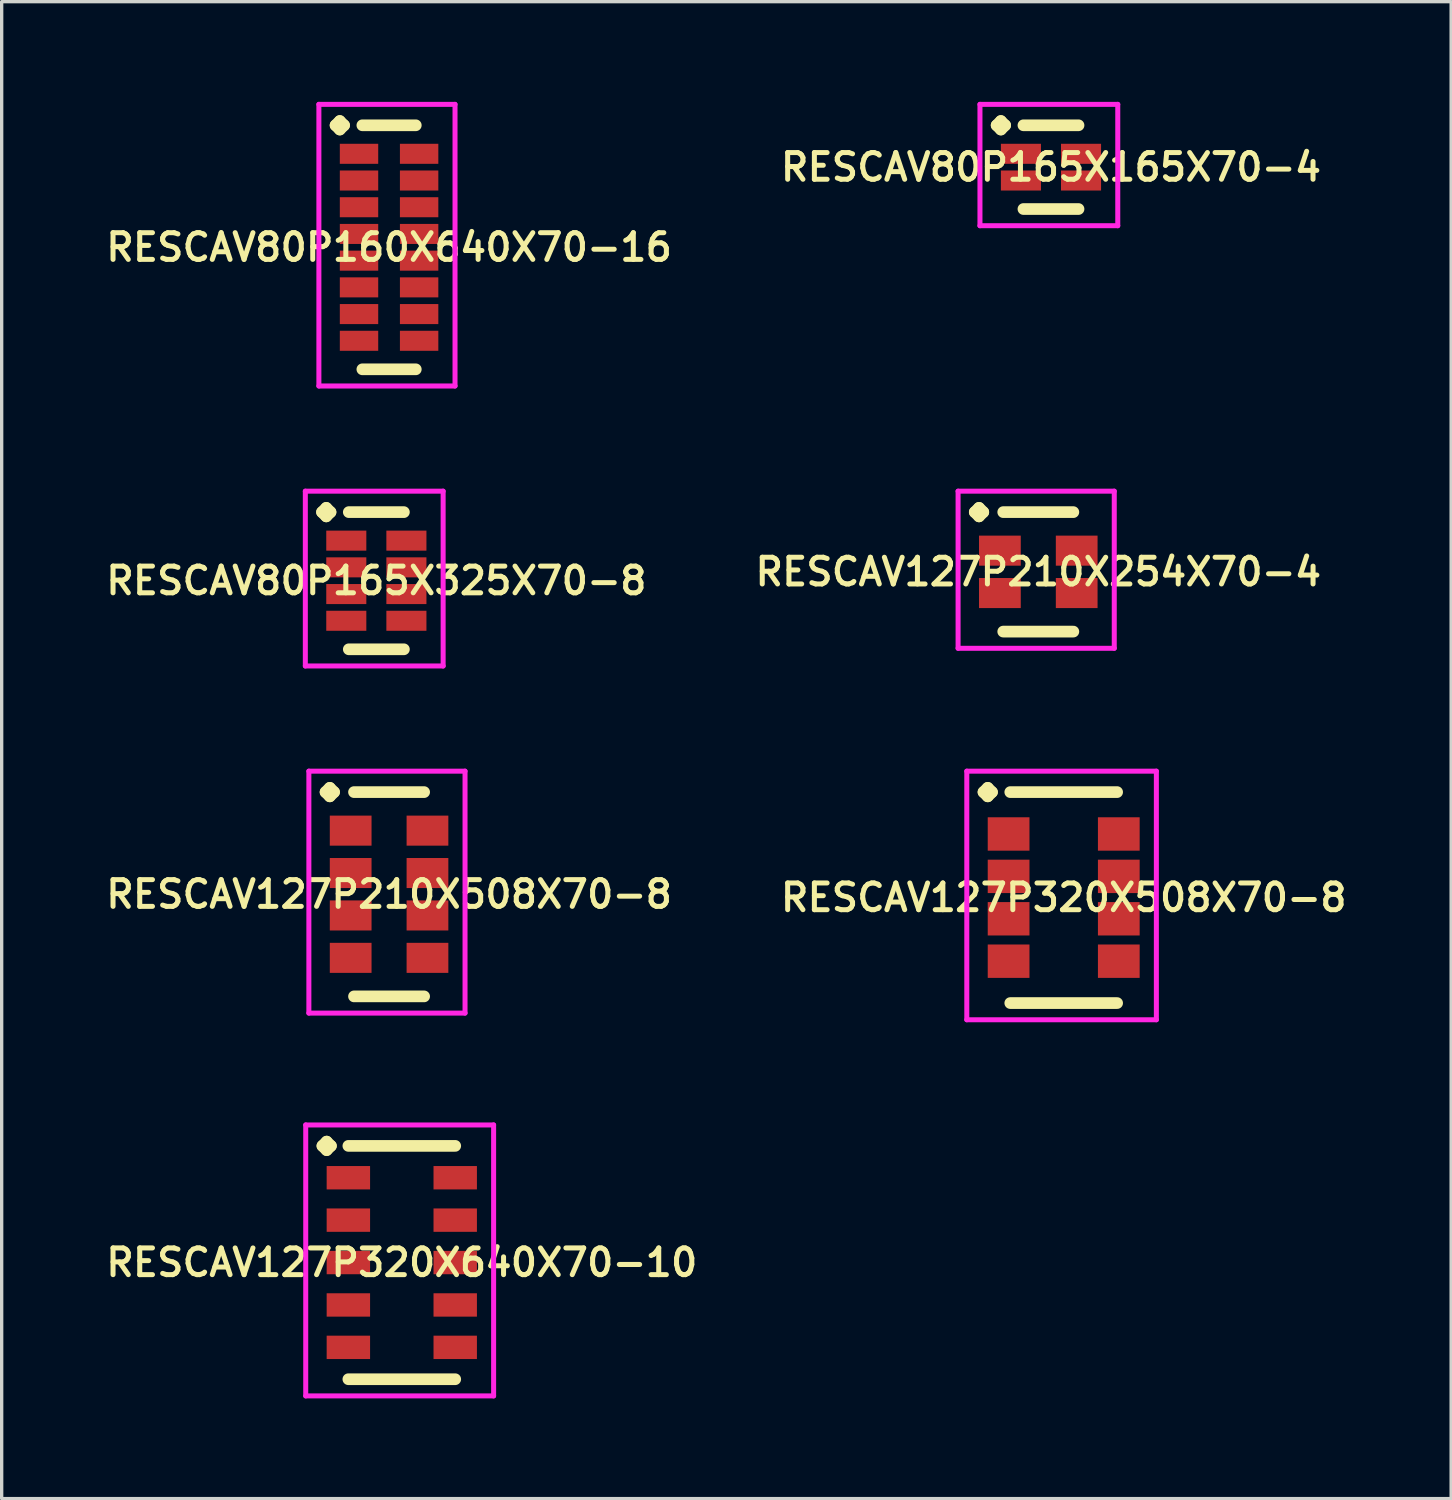
<source format=kicad_pcb>
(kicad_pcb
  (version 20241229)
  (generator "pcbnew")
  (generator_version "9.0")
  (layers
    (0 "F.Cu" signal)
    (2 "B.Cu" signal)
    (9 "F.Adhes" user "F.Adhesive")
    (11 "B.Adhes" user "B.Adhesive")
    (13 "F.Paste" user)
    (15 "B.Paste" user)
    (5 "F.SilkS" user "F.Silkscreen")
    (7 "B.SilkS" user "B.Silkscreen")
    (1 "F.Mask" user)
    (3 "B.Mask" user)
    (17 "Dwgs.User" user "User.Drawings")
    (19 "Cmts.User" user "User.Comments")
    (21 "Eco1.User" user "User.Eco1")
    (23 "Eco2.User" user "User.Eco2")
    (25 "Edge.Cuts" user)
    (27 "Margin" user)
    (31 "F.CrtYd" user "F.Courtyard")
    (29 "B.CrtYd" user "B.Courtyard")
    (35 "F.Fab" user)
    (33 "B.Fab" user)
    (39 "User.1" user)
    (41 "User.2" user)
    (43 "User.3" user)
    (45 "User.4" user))
  (footprint "RESCAV80P160X640X70-16"
    (layer "F.Cu")
    (at 8.602 4.356)
    (property "Reference" "RESCAV80P160X640X70-16" (at 0 0 0) (layer "F.SilkS") (effects (font (size 0.8 0.8) (thickness 0.15))))
    (attr smd)
    (fp_line (start -1.602 -3.654) (end -1.475 -3.781) (stroke (width 0.35) (type solid)) (layer "F.SilkS"))
    (fp_line (start -1.475 -3.781) (end -1.348 -3.654) (stroke (width 0.35) (type solid)) (layer "F.SilkS"))
    (fp_line (start -1.475 -3.527) (end -1.602 -3.654) (stroke (width 0.35) (type solid)) (layer "F.SilkS"))
    (fp_line (start -1.348 -3.654) (end -1.475 -3.527) (stroke (width 0.35) (type solid)) (layer "F.SilkS"))
    (fp_line (start -0.8 -3.654) (end 0.8 -3.654) (stroke (width 0.35) (type solid)) (layer "F.SilkS"))
    (fp_line (start -0.8 3.654) (end 0.8 3.654) (stroke (width 0.35) (type solid)) (layer "F.SilkS"))
    (fp_line (start -2.102 -4.281) (end 1.975 -4.281) (stroke (width 0.15) (type solid)) (layer "F.CrtYd"))
    (fp_line (start -2.102 4.154) (end -2.102 -4.281) (stroke (width 0.15) (type solid)) (layer "F.CrtYd"))
    (fp_line (start 1.975 -4.281) (end 1.975 4.154) (stroke (width 0.15) (type solid)) (layer "F.CrtYd"))
    (fp_line (start 1.975 4.154) (end -2.102 4.154) (stroke (width 0.15) (type solid)) (layer "F.CrtYd"))
    (pad "1" smd rect (at -0.9 -2.8) (size 1.15 0.6) (layers "F.Cu" "F.Mask" "F.Paste"))
    (pad "2" smd rect (at -0.9 -2) (size 1.15 0.6) (layers "F.Cu" "F.Mask" "F.Paste"))
    (pad "3" smd rect (at -0.9 -1.2) (size 1.15 0.6) (layers "F.Cu" "F.Mask" "F.Paste"))
    (pad "4" smd rect (at -0.9 -0.4) (size 1.15 0.6) (layers "F.Cu" "F.Mask" "F.Paste"))
    (pad "5" smd rect (at -0.9 0.4) (size 1.15 0.6) (layers "F.Cu" "F.Mask" "F.Paste"))
    (pad "6" smd rect (at -0.9 1.2) (size 1.15 0.6) (layers "F.Cu" "F.Mask" "F.Paste"))
    (pad "7" smd rect (at -0.9 2) (size 1.15 0.6) (layers "F.Cu" "F.Mask" "F.Paste"))
    (pad "8" smd rect (at -0.9 2.8) (size 1.15 0.6) (layers "F.Cu" "F.Mask" "F.Paste"))
    (pad "9" smd rect (at 0.9 2.8) (size 1.15 0.6) (layers "F.Cu" "F.Mask" "F.Paste"))
    (pad "10" smd rect (at 0.9 2) (size 1.15 0.6) (layers "F.Cu" "F.Mask" "F.Paste"))
    (pad "11" smd rect (at 0.9 1.2) (size 1.15 0.6) (layers "F.Cu" "F.Mask" "F.Paste"))
    (pad "12" smd rect (at 0.9 0.4) (size 1.15 0.6) (layers "F.Cu" "F.Mask" "F.Paste"))
    (pad "13" smd rect (at 0.9 -0.4) (size 1.15 0.6) (layers "F.Cu" "F.Mask" "F.Paste"))
    (pad "14" smd rect (at 0.9 -1.2) (size 1.15 0.6) (layers "F.Cu" "F.Mask" "F.Paste"))
    (pad "15" smd rect (at 0.9 -2) (size 1.15 0.6) (layers "F.Cu" "F.Mask" "F.Paste"))
    (pad "16" smd rect (at 0.9 -2.8) (size 1.15 0.6) (layers "F.Cu" "F.Mask" "F.Paste")))
  (footprint "RESCAV127P210X508X70-8"
    (layer "F.Cu")
    (at 8.602 23.731)
    (property "Reference" "RESCAV127P210X508X70-8" (at 0 0 0) (layer "F.SilkS") (effects (font (size 0.8 0.8) (thickness 0.15))))
    (attr through_hole)
    (fp_line (start -1.902 -3.059) (end -1.775 -3.186) (stroke (width 0.35) (type solid)) (layer "F.SilkS"))
    (fp_line (start -1.775 -3.186) (end -1.648 -3.059) (stroke (width 0.35) (type solid)) (layer "F.SilkS"))
    (fp_line (start -1.775 -2.932) (end -1.902 -3.059) (stroke (width 0.35) (type solid)) (layer "F.SilkS"))
    (fp_line (start -1.648 -3.059) (end -1.775 -2.932) (stroke (width 0.35) (type solid)) (layer "F.SilkS"))
    (fp_line (start -1.05 -3.059) (end 1.05 -3.059) (stroke (width 0.35) (type solid)) (layer "F.SilkS"))
    (fp_line (start -1.05 3.059) (end 1.05 3.059) (stroke (width 0.35) (type solid)) (layer "F.SilkS"))
    (fp_line (start -2.402 -3.686) (end 2.275 -3.686) (stroke (width 0.15) (type solid)) (layer "F.CrtYd"))
    (fp_line (start -2.402 3.559) (end -2.402 -3.686) (stroke (width 0.15) (type solid)) (layer "F.CrtYd"))
    (fp_line (start 2.275 -3.686) (end 2.275 3.559) (stroke (width 0.15) (type solid)) (layer "F.CrtYd"))
    (fp_line (start 2.275 3.559) (end -2.402 3.559) (stroke (width 0.15) (type solid)) (layer "F.CrtYd"))
    (pad "1" smd rect (at -1.15 -1.905) (size 1.25 0.9) (layers "F.Cu" "F.Mask" "F.Paste"))
    (pad "2" smd rect (at -1.15 -0.635) (size 1.25 0.9) (layers "F.Cu" "F.Mask" "F.Paste"))
    (pad "3" smd rect (at -1.15 0.635) (size 1.25 0.9) (layers "F.Cu" "F.Mask" "F.Paste"))
    (pad "4" smd rect (at -1.15 1.905) (size 1.25 0.9) (layers "F.Cu" "F.Mask" "F.Paste"))
    (pad "5" smd rect (at 1.15 1.905) (size 1.25 0.9) (layers "F.Cu" "F.Mask" "F.Paste"))
    (pad "6" smd rect (at 1.15 0.635) (size 1.25 0.9) (layers "F.Cu" "F.Mask" "F.Paste"))
    (pad "7" smd rect (at 1.15 -0.635) (size 1.25 0.9) (layers "F.Cu" "F.Mask" "F.Paste"))
    (pad "8" smd rect (at 1.15 -1.905) (size 1.25 0.9) (layers "F.Cu" "F.Mask" "F.Paste")))
  (footprint "RESCAV127P320X508X70-8"
    (layer "F.Cu")
    (at 28.806 23.831)
    (property "Reference" "RESCAV127P320X508X70-8" (at 0 0 0) (layer "F.SilkS") (effects (font (size 0.8 0.8) (thickness 0.15))))
    (attr smd)
    (fp_line (start -2.402 -3.159) (end -2.275 -3.286) (stroke (width 0.35) (type solid)) (layer "F.SilkS"))
    (fp_line (start -2.275 -3.286) (end -2.148 -3.159) (stroke (width 0.35) (type solid)) (layer "F.SilkS"))
    (fp_line (start -2.275 -3.032) (end -2.402 -3.159) (stroke (width 0.35) (type solid)) (layer "F.SilkS"))
    (fp_line (start -2.148 -3.159) (end -2.275 -3.032) (stroke (width 0.35) (type solid)) (layer "F.SilkS"))
    (fp_line (start -1.6 -3.159) (end 1.6 -3.159) (stroke (width 0.35) (type solid)) (layer "F.SilkS"))
    (fp_line (start -1.6 3.159) (end 1.6 3.159) (stroke (width 0.35) (type solid)) (layer "F.SilkS"))
    (fp_line (start -2.902 -3.786) (end 2.775 -3.786) (stroke (width 0.15) (type solid)) (layer "F.CrtYd"))
    (fp_line (start -2.902 3.659) (end -2.902 -3.786) (stroke (width 0.15) (type solid)) (layer "F.CrtYd"))
    (fp_line (start 2.775 -3.786) (end 2.775 3.659) (stroke (width 0.15) (type solid)) (layer "F.CrtYd"))
    (fp_line (start 2.775 3.659) (end -2.902 3.659) (stroke (width 0.15) (type solid)) (layer "F.CrtYd"))
    (pad "1" smd rect (at -1.65 -1.905) (size 1.25 1) (layers "F.Cu" "F.Mask" "F.Paste"))
    (pad "2" smd rect (at -1.65 -0.635) (size 1.25 1) (layers "F.Cu" "F.Mask" "F.Paste"))
    (pad "3" smd rect (at -1.65 0.635) (size 1.25 1) (layers "F.Cu" "F.Mask" "F.Paste"))
    (pad "4" smd rect (at -1.65 1.905) (size 1.25 1) (layers "F.Cu" "F.Mask" "F.Paste"))
    (pad "5" smd rect (at 1.65 1.905) (size 1.25 1) (layers "F.Cu" "F.Mask" "F.Paste"))
    (pad "6" smd rect (at 1.65 0.635) (size 1.25 1) (layers "F.Cu" "F.Mask" "F.Paste"))
    (pad "7" smd rect (at 1.65 -0.635) (size 1.25 1) (layers "F.Cu" "F.Mask" "F.Paste"))
    (pad "8" smd rect (at 1.65 -1.905) (size 1.25 1) (layers "F.Cu" "F.Mask" "F.Paste")))
  (footprint "RESCAV127P320X640X70-10"
    (layer "F.Cu")
    (at 8.983 34.761)
    (property "Reference" "RESCAV127P320X640X70-10" (at 0 0 0) (layer "F.SilkS") (effects (font (size 0.8 0.8) (thickness 0.15))))
    (attr smd)
    (fp_line (start -2.377 -3.494) (end -2.25 -3.621) (stroke (width 0.35) (type solid)) (layer "F.SilkS"))
    (fp_line (start -2.25 -3.621) (end -2.123 -3.494) (stroke (width 0.35) (type solid)) (layer "F.SilkS"))
    (fp_line (start -2.25 -3.367) (end -2.377 -3.494) (stroke (width 0.35) (type solid)) (layer "F.SilkS"))
    (fp_line (start -2.123 -3.494) (end -2.25 -3.367) (stroke (width 0.35) (type solid)) (layer "F.SilkS"))
    (fp_line (start -1.6 -3.494) (end 1.6 -3.494) (stroke (width 0.35) (type solid)) (layer "F.SilkS"))
    (fp_line (start -1.6 3.494) (end 1.6 3.494) (stroke (width 0.35) (type solid)) (layer "F.SilkS"))
    (fp_line (start -2.877 -4.121) (end 2.75 -4.121) (stroke (width 0.15) (type solid)) (layer "F.CrtYd"))
    (fp_line (start -2.877 3.994) (end -2.877 -4.121) (stroke (width 0.15) (type solid)) (layer "F.CrtYd"))
    (fp_line (start 2.75 -4.121) (end 2.75 3.994) (stroke (width 0.15) (type solid)) (layer "F.CrtYd"))
    (fp_line (start 2.75 3.994) (end -2.877 3.994) (stroke (width 0.15) (type solid)) (layer "F.CrtYd"))
    (pad "1" smd rect (at -1.6 -2.54) (size 1.3 0.7) (layers "F.Cu" "F.Mask" "F.Paste"))
    (pad "2" smd rect (at -1.6 -1.27) (size 1.3 0.7) (layers "F.Cu" "F.Mask" "F.Paste"))
    (pad "3" smd rect (at -1.6 0) (size 1.3 0.7) (layers "F.Cu" "F.Mask" "F.Paste"))
    (pad "4" smd rect (at -1.6 1.27) (size 1.3 0.7) (layers "F.Cu" "F.Mask" "F.Paste"))
    (pad "5" smd rect (at -1.6 2.54) (size 1.3 0.7) (layers "F.Cu" "F.Mask" "F.Paste"))
    (pad "6" smd rect (at 1.6 2.54) (size 1.3 0.7) (layers "F.Cu" "F.Mask" "F.Paste"))
    (pad "7" smd rect (at 1.6 1.27) (size 1.3 0.7) (layers "F.Cu" "F.Mask" "F.Paste"))
    (pad "8" smd rect (at 1.6 0) (size 1.3 0.7) (layers "F.Cu" "F.Mask" "F.Paste"))
    (pad "9" smd rect (at 1.6 -1.27) (size 1.3 0.7) (layers "F.Cu" "F.Mask" "F.Paste"))
    (pad "10" smd rect (at 1.6 -2.54) (size 1.3 0.7) (layers "F.Cu" "F.Mask" "F.Paste")))
  (footprint "RESCAV127P210X254X70-4"
    (layer "F.Cu")
    (at 28.045 14.076)
    (property "Reference" "RESCAV127P210X254X70-4" (at 0 0 0) (layer "F.SilkS") (effects (font (size 0.8 0.8) (thickness 0.15))))
    (attr smd)
    (fp_line (start -1.902 -1.789) (end -1.775 -1.916) (stroke (width 0.35) (type solid)) (layer "F.SilkS"))
    (fp_line (start -1.775 -1.916) (end -1.648 -1.789) (stroke (width 0.35) (type solid)) (layer "F.SilkS"))
    (fp_line (start -1.775 -1.662) (end -1.902 -1.789) (stroke (width 0.35) (type solid)) (layer "F.SilkS"))
    (fp_line (start -1.648 -1.789) (end -1.775 -1.662) (stroke (width 0.35) (type solid)) (layer "F.SilkS"))
    (fp_line (start -1.05 -1.789) (end 1.05 -1.789) (stroke (width 0.35) (type solid)) (layer "F.SilkS"))
    (fp_line (start -1.05 1.789) (end 1.05 1.789) (stroke (width 0.35) (type solid)) (layer "F.SilkS"))
    (fp_line (start -2.402 -2.416) (end 2.275 -2.416) (stroke (width 0.15) (type solid)) (layer "F.CrtYd"))
    (fp_line (start -2.402 2.289) (end -2.402 -2.416) (stroke (width 0.15) (type solid)) (layer "F.CrtYd"))
    (fp_line (start 2.275 -2.416) (end 2.275 2.289) (stroke (width 0.15) (type solid)) (layer "F.CrtYd"))
    (fp_line (start 2.275 2.289) (end -2.402 2.289) (stroke (width 0.15) (type solid)) (layer "F.CrtYd"))
    (pad "1" smd rect (at -1.15 -0.635) (size 1.25 0.9) (layers "F.Cu" "F.Mask" "F.Paste"))
    (pad "2" smd rect (at -1.15 0.635) (size 1.25 0.9) (layers "F.Cu" "F.Mask" "F.Paste"))
    (pad "3" smd rect (at 1.15 0.635) (size 1.25 0.9) (layers "F.Cu" "F.Mask" "F.Paste"))
    (pad "4" smd rect (at 1.15 -0.635) (size 1.25 0.9) (layers "F.Cu" "F.Mask" "F.Paste")))
  (footprint "RESCAV80P165X325X70-8"
    (layer "F.Cu")
    (at 8.221 14.341)
    (property "Reference" "RESCAV80P165X325X70-8" (at 0 0 0) (layer "F.SilkS") (effects (font (size 0.8 0.8) (thickness 0.15))))
    (attr through_hole)
    (fp_line (start -1.627 -2.054) (end -1.5 -2.181) (stroke (width 0.35) (type solid)) (layer "F.SilkS"))
    (fp_line (start -1.5 -2.181) (end -1.373 -2.054) (stroke (width 0.35) (type solid)) (layer "F.SilkS"))
    (fp_line (start -1.5 -1.927) (end -1.627 -2.054) (stroke (width 0.35) (type solid)) (layer "F.SilkS"))
    (fp_line (start -1.373 -2.054) (end -1.5 -1.927) (stroke (width 0.35) (type solid)) (layer "F.SilkS"))
    (fp_line (start -0.825 -2.054) (end 0.825 -2.054) (stroke (width 0.35) (type solid)) (layer "F.SilkS"))
    (fp_line (start -0.825 2.054) (end 0.825 2.054) (stroke (width 0.35) (type solid)) (layer "F.SilkS"))
    (fp_line (start -2.127 -2.681) (end 2 -2.681) (stroke (width 0.15) (type solid)) (layer "F.CrtYd"))
    (fp_line (start -2.127 2.554) (end -2.127 -2.681) (stroke (width 0.15) (type solid)) (layer "F.CrtYd"))
    (fp_line (start 2 -2.681) (end 2 2.554) (stroke (width 0.15) (type solid)) (layer "F.CrtYd"))
    (fp_line (start 2 2.554) (end -2.127 2.554) (stroke (width 0.15) (type solid)) (layer "F.CrtYd"))
    (pad "1" smd rect (at -0.9 -1.2) (size 1.2 0.6) (layers "F.Cu" "F.Mask" "F.Paste"))
    (pad "2" smd rect (at -0.9 -0.4) (size 1.2 0.6) (layers "F.Cu" "F.Mask" "F.Paste"))
    (pad "3" smd rect (at -0.9 0.4) (size 1.2 0.6) (layers "F.Cu" "F.Mask" "F.Paste"))
    (pad "4" smd rect (at -0.9 1.2) (size 1.2 0.6) (layers "F.Cu" "F.Mask" "F.Paste"))
    (pad "5" smd rect (at 0.9 1.2) (size 1.2 0.6) (layers "F.Cu" "F.Mask" "F.Paste"))
    (pad "6" smd rect (at 0.9 0.4) (size 1.2 0.6) (layers "F.Cu" "F.Mask" "F.Paste"))
    (pad "7" smd rect (at 0.9 -0.4) (size 1.2 0.6) (layers "F.Cu" "F.Mask" "F.Paste"))
    (pad "8" smd rect (at 0.9 -1.2) (size 1.2 0.6) (layers "F.Cu" "F.Mask" "F.Paste")))
  (footprint "RESCAV80P165X165X70-4"
    (layer "F.Cu")
    (at 28.425 1.956)
    (property "Reference" "RESCAV80P165X165X70-4" (at 0 0 0) (layer "F.SilkS") (effects (font (size 0.8 0.8) (thickness 0.15))))
    (attr through_hole)
    (fp_line (start -1.627 -1.254) (end -1.5 -1.381) (stroke (width 0.35) (type solid)) (layer "F.SilkS"))
    (fp_line (start -1.5 -1.381) (end -1.373 -1.254) (stroke (width 0.35) (type solid)) (layer "F.SilkS"))
    (fp_line (start -1.5 -1.127) (end -1.627 -1.254) (stroke (width 0.35) (type solid)) (layer "F.SilkS"))
    (fp_line (start -1.373 -1.254) (end -1.5 -1.127) (stroke (width 0.35) (type solid)) (layer "F.SilkS"))
    (fp_line (start -0.825 -1.254) (end 0.825 -1.254) (stroke (width 0.35) (type solid)) (layer "F.SilkS"))
    (fp_line (start -0.825 1.254) (end 0.825 1.254) (stroke (width 0.35) (type solid)) (layer "F.SilkS"))
    (fp_line (start -2.127 -1.881) (end 2 -1.881) (stroke (width 0.15) (type solid)) (layer "F.CrtYd"))
    (fp_line (start -2.127 1.754) (end -2.127 -1.881) (stroke (width 0.15) (type solid)) (layer "F.CrtYd"))
    (fp_line (start 2 -1.881) (end 2 1.754) (stroke (width 0.15) (type solid)) (layer "F.CrtYd"))
    (fp_line (start 2 1.754) (end -2.127 1.754) (stroke (width 0.15) (type solid)) (layer "F.CrtYd"))
    (pad "1" smd rect (at -0.9 -0.4) (size 1.2 0.6) (layers "F.Cu" "F.Mask" "F.Paste"))
    (pad "2" smd rect (at -0.9 0.4) (size 1.2 0.6) (layers "F.Cu" "F.Mask" "F.Paste"))
    (pad "3" smd rect (at 0.9 0.4) (size 1.2 0.6) (layers "F.Cu" "F.Mask" "F.Paste"))
    (pad "4" smd rect (at 0.9 -0.4) (size 1.2 0.6) (layers "F.Cu" "F.Mask" "F.Paste")))
  (gr_rect
    (start -3 -3)
    (end 40.409 41.83)
    (stroke (width 0.1) (type default))
    (fill no)
    (layer "Edge.Cuts")))
</source>
